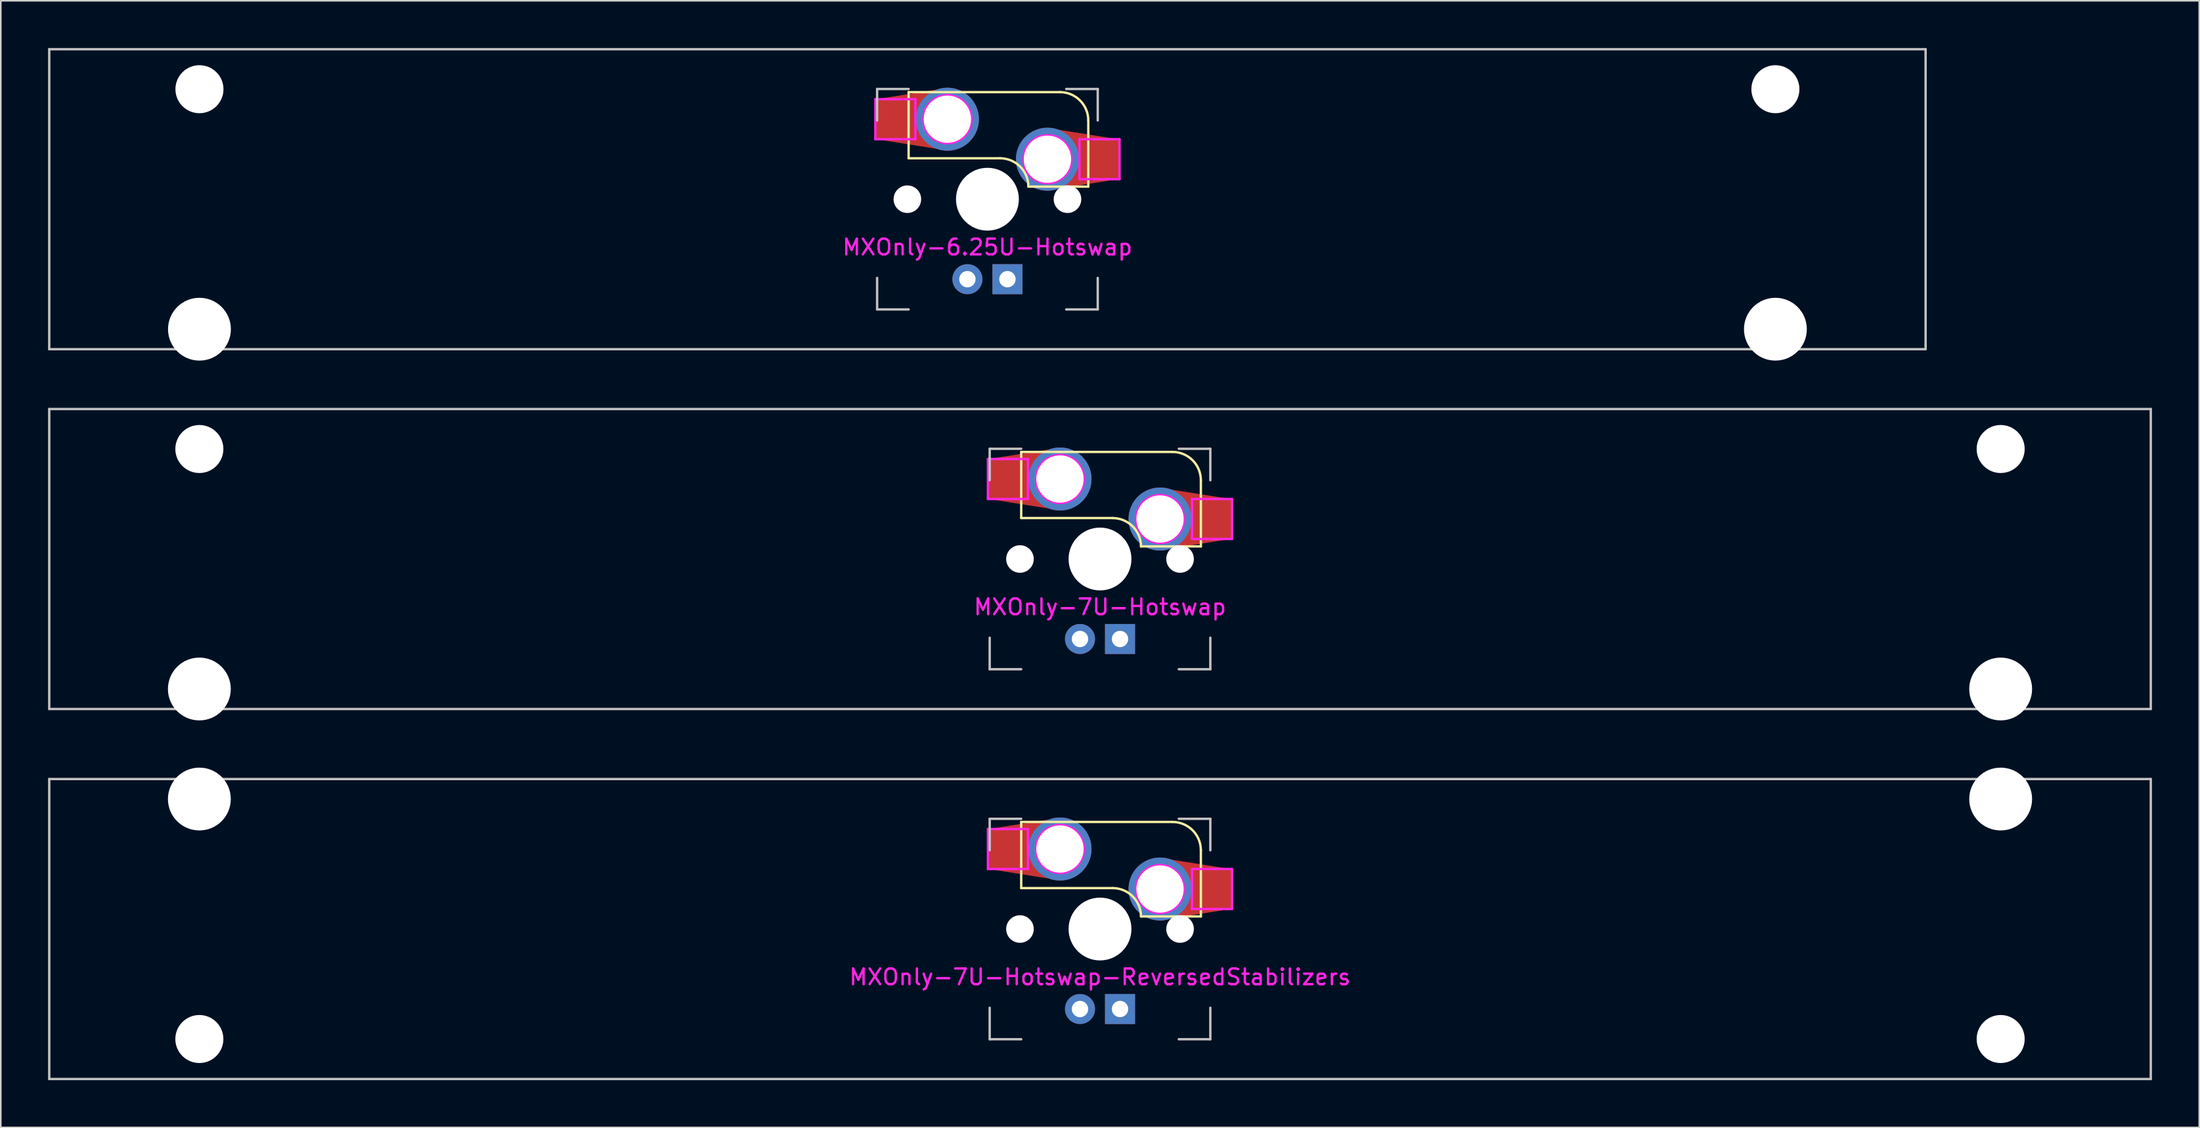
<source format=kicad_pcb>
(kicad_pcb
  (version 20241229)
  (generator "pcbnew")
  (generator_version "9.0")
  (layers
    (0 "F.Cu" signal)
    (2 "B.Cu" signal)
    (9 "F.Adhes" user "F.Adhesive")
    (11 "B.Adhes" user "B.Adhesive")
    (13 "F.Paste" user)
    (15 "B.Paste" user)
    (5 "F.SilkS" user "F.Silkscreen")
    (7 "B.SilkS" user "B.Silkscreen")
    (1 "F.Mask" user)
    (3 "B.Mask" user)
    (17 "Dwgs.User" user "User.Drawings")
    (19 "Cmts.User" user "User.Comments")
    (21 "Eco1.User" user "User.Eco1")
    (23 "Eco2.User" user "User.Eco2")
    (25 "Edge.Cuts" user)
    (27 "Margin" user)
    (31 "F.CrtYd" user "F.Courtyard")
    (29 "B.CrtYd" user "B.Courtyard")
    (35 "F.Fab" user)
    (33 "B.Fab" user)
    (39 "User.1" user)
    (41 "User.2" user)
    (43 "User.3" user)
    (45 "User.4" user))
  (footprint "MXOnly-7U-Hotswap"
    (layer "F.Cu")
    (at 66.75 32.449)
    (property "Reference" "MXOnly-7U-Hotswap" (at 0 3.048 180) (layer "F.CrtYd") (effects (font (size 1 1) (thickness 0.15))))
    (attr smd)
    (fp_line (start -5 -6.8) (end 4.6 -6.8) (stroke (width 0.15) (type solid)) (layer "F.SilkS"))
    (fp_line (start -5 -2.6) (end -5 -6.8) (stroke (width 0.15) (type solid)) (layer "F.SilkS"))
    (fp_line (start 0.8 -2.6) (end -5 -2.6) (stroke (width 0.15) (type solid)) (layer "F.SilkS"))
    (fp_line (start 6.4 -5) (end 6.4 -0.8) (stroke (width 0.15) (type solid)) (layer "F.SilkS"))
    (fp_line (start 6.4 -0.8) (end 2.6 -0.8) (stroke (width 0.15) (type solid)) (layer "F.SilkS"))
    (fp_arc (start 0.8 -2.6) (mid 2.072792 -2.072792) (end 2.6 -0.8) (stroke (width 0.15) (type solid)) (layer "F.SilkS"))
    (fp_arc (start 4.6 -6.8) (mid 5.872792 -6.272792) (end 6.4 -5) (stroke (width 0.15) (type solid)) (layer "F.SilkS"))
    (fp_poly (pts (xy -5.08 -3.493) (xy -7.112 -3.81) (xy -7.112 -6.35) (xy -5.08 -6.668)) (stroke (width 0.1) (type solid)) (fill yes) (layer "F.Paste"))
    (fp_poly (pts (xy 6.477 -4.064) (xy 8.509 -3.747) (xy 8.509 -1.206) (xy 6.477 -0.889)) (stroke (width 0.1) (type solid)) (fill yes) (layer "F.Paste"))
    (fp_line (start -66.675 -9.525) (end 66.675 -9.525) (stroke (width 0.15) (type solid)) (layer "Dwgs.User"))
    (fp_line (start -66.675 9.525) (end -66.675 -9.525) (stroke (width 0.15) (type solid)) (layer "Dwgs.User"))
    (fp_line (start -7 -7) (end -7 -5) (stroke (width 0.15) (type solid)) (layer "Dwgs.User"))
    (fp_line (start -7 7) (end -7 5) (stroke (width 0.15) (type solid)) (layer "Dwgs.User"))
    (fp_line (start -5 -7) (end -7 -7) (stroke (width 0.15) (type solid)) (layer "Dwgs.User"))
    (fp_line (start -5 7) (end -7 7) (stroke (width 0.15) (type solid)) (layer "Dwgs.User"))
    (fp_line (start 5 -7) (end 7 -7) (stroke (width 0.15) (type solid)) (layer "Dwgs.User"))
    (fp_line (start 7 -7) (end 7 -5) (stroke (width 0.15) (type solid)) (layer "Dwgs.User"))
    (fp_line (start 7 5) (end 7 7) (stroke (width 0.15) (type solid)) (layer "Dwgs.User"))
    (fp_line (start 7 7) (end 5 7) (stroke (width 0.15) (type solid)) (layer "Dwgs.User"))
    (fp_line (start 66.675 -9.525) (end 66.675 9.525) (stroke (width 0.15) (type solid)) (layer "Dwgs.User"))
    (fp_line (start 66.675 9.525) (end -66.675 9.525) (stroke (width 0.15) (type solid)) (layer "Dwgs.User"))
    (fp_line (start -7.112 -6.35) (end -7.112 -3.81) (stroke (width 0.15) (type solid)) (layer "F.CrtYd"))
    (fp_line (start -7.112 -3.81) (end -4.572 -3.81) (stroke (width 0.15) (type solid)) (layer "F.CrtYd"))
    (fp_line (start -4.572 -6.35) (end -7.112 -6.35) (stroke (width 0.15) (type solid)) (layer "F.CrtYd"))
    (fp_line (start -4.572 -3.81) (end -4.572 -6.35) (stroke (width 0.15) (type solid)) (layer "F.CrtYd"))
    (fp_line (start 5.842 -3.81) (end 5.842 -1.27) (stroke (width 0.15) (type solid)) (layer "F.CrtYd"))
    (fp_line (start 5.842 -1.27) (end 8.382 -1.27) (stroke (width 0.15) (type solid)) (layer "F.CrtYd"))
    (fp_line (start 8.382 -3.81) (end 5.842 -3.81) (stroke (width 0.15) (type solid)) (layer "F.CrtYd"))
    (fp_line (start 8.382 -1.27) (end 8.382 -3.81) (stroke (width 0.15) (type solid)) (layer "F.CrtYd"))
    (fp_circle (center -2.54 -5.08) (end -2.54 -6.604) (stroke (width 0.15) (type solid)) (fill no) (layer "F.CrtYd"))
    (fp_circle (center 3.81 -2.54) (end 3.81 -4.064) (stroke (width 0.15) (type solid)) (fill no) (layer "F.CrtYd"))
    (pad "" np_thru_hole circle (at -57.15 -6.985) (size 3.048 3.048) (drill 3.048) (layers "*.Cu" "*.Mask"))
    (pad "" np_thru_hole circle (at -57.15 8.255) (size 3.988 3.988) (drill 3.988) (layers "*.Cu" "*.Mask"))
    (pad "" np_thru_hole circle (at -5.08 0 131.9) (size 1.75 1.75) (drill 1.75) (layers "*.Cu" "*.Mask"))
    (pad "" np_thru_hole circle (at 0 0 180) (size 3.988 3.988) (drill 3.988) (layers "*.Cu" "*.Mask"))
    (pad "" np_thru_hole circle (at 5.08 0 131.9) (size 1.75 1.75) (drill 1.75) (layers "*.Cu" "*.Mask"))
    (pad "" np_thru_hole circle (at 57.15 -6.985) (size 3.048 3.048) (drill 3.048) (layers "*.Cu" "*.Mask"))
    (pad "" np_thru_hole circle (at 57.15 8.255) (size 3.988 3.988) (drill 3.988) (layers "*.Cu" "*.Mask"))
    (pad "1" thru_hole circle (at 3.81 -2.54 180) (size 4 4) (drill 3) (layers "*.Cu" "F.Mask"))
    (pad "1" smd custom (at 7.085 -2.54 180) (size 2.55 2.5) (layers "F.Cu" "F.Mask") (options (anchor rect)) (primitives (gr_poly (pts (xy -1.195 1.219) (xy 3.275 1.93) (xy 3.275 -1.93) (xy -1.195 -1.219)) (width 0.1) (fill yes))))
    (pad "2" smd custom (at -5.841 -5.08 180) (size 2.55 2.5) (layers "F.Cu" "F.Mask") (options (anchor rect)) (primitives (gr_poly (pts (xy 1.219 -1.219) (xy -3.251 -1.93) (xy -3.251 1.93) (xy 1.219 1.219)) (width 0.1) (fill yes))))
    (pad "2" thru_hole circle (at -2.54 -5.08 180) (size 4 4) (drill 3) (layers "*.Cu" "F.Mask"))
    (pad "3" thru_hole circle (at -1.27 5.08) (size 1.905 1.905) (drill 1.04) (layers "*.Cu" "F.Mask"))
    (pad "4" thru_hole rect (at 1.27 5.08) (size 1.905 1.905) (drill 1.04) (layers "*.Cu" "F.Mask")))
  (footprint "MXOnly-6.25U-Hotswap"
    (layer "F.Cu")
    (at 59.606 9.6)
    (property "Reference" "MXOnly-6.25U-Hotswap" (at 0 3.048 180) (layer "F.CrtYd") (effects (font (size 1 1) (thickness 0.15))))
    (attr smd)
    (fp_line (start -5 -6.8) (end 4.6 -6.8) (stroke (width 0.15) (type solid)) (layer "F.SilkS"))
    (fp_line (start -5 -2.6) (end -5 -6.8) (stroke (width 0.15) (type solid)) (layer "F.SilkS"))
    (fp_line (start 0.8 -2.6) (end -5 -2.6) (stroke (width 0.15) (type solid)) (layer "F.SilkS"))
    (fp_line (start 6.4 -5) (end 6.4 -0.8) (stroke (width 0.15) (type solid)) (layer "F.SilkS"))
    (fp_line (start 6.4 -0.8) (end 2.6 -0.8) (stroke (width 0.15) (type solid)) (layer "F.SilkS"))
    (fp_arc (start 0.8 -2.6) (mid 2.072792 -2.072792) (end 2.6 -0.8) (stroke (width 0.15) (type solid)) (layer "F.SilkS"))
    (fp_arc (start 4.6 -6.8) (mid 5.872792 -6.272792) (end 6.4 -5) (stroke (width 0.15) (type solid)) (layer "F.SilkS"))
    (fp_poly (pts (xy -5.08 -3.493) (xy -7.112 -3.81) (xy -7.112 -6.35) (xy -5.08 -6.668)) (stroke (width 0.1) (type solid)) (fill yes) (layer "F.Paste"))
    (fp_poly (pts (xy 6.477 -4.064) (xy 8.509 -3.747) (xy 8.509 -1.206) (xy 6.477 -0.889)) (stroke (width 0.1) (type solid)) (fill yes) (layer "F.Paste"))
    (fp_line (start -59.531 -9.525) (end 59.531 -9.525) (stroke (width 0.15) (type solid)) (layer "Dwgs.User"))
    (fp_line (start -59.531 9.525) (end -59.531 -9.525) (stroke (width 0.15) (type solid)) (layer "Dwgs.User"))
    (fp_line (start -7 -7) (end -7 -5) (stroke (width 0.15) (type solid)) (layer "Dwgs.User"))
    (fp_line (start -7 7) (end -7 5) (stroke (width 0.15) (type solid)) (layer "Dwgs.User"))
    (fp_line (start -5 -7) (end -7 -7) (stroke (width 0.15) (type solid)) (layer "Dwgs.User"))
    (fp_line (start -5 7) (end -7 7) (stroke (width 0.15) (type solid)) (layer "Dwgs.User"))
    (fp_line (start 5 -7) (end 7 -7) (stroke (width 0.15) (type solid)) (layer "Dwgs.User"))
    (fp_line (start 7 -7) (end 7 -5) (stroke (width 0.15) (type solid)) (layer "Dwgs.User"))
    (fp_line (start 7 5) (end 7 7) (stroke (width 0.15) (type solid)) (layer "Dwgs.User"))
    (fp_line (start 7 7) (end 5 7) (stroke (width 0.15) (type solid)) (layer "Dwgs.User"))
    (fp_line (start 59.531 -9.525) (end 59.531 9.525) (stroke (width 0.15) (type solid)) (layer "Dwgs.User"))
    (fp_line (start 59.531 9.525) (end -59.531 9.525) (stroke (width 0.15) (type solid)) (layer "Dwgs.User"))
    (fp_line (start -7.112 -6.35) (end -7.112 -3.81) (stroke (width 0.15) (type solid)) (layer "F.CrtYd"))
    (fp_line (start -7.112 -3.81) (end -4.572 -3.81) (stroke (width 0.15) (type solid)) (layer "F.CrtYd"))
    (fp_line (start -4.572 -6.35) (end -7.112 -6.35) (stroke (width 0.15) (type solid)) (layer "F.CrtYd"))
    (fp_line (start -4.572 -3.81) (end -4.572 -6.35) (stroke (width 0.15) (type solid)) (layer "F.CrtYd"))
    (fp_line (start 5.842 -3.81) (end 5.842 -1.27) (stroke (width 0.15) (type solid)) (layer "F.CrtYd"))
    (fp_line (start 5.842 -1.27) (end 8.382 -1.27) (stroke (width 0.15) (type solid)) (layer "F.CrtYd"))
    (fp_line (start 8.382 -3.81) (end 5.842 -3.81) (stroke (width 0.15) (type solid)) (layer "F.CrtYd"))
    (fp_line (start 8.382 -1.27) (end 8.382 -3.81) (stroke (width 0.15) (type solid)) (layer "F.CrtYd"))
    (fp_circle (center -2.54 -5.08) (end -2.54 -6.604) (stroke (width 0.15) (type solid)) (fill no) (layer "F.CrtYd"))
    (fp_circle (center 3.81 -2.54) (end 3.81 -4.064) (stroke (width 0.15) (type solid)) (fill no) (layer "F.CrtYd"))
    (pad "" np_thru_hole circle (at -50 -6.985) (size 3.048 3.048) (drill 3.048) (layers "*.Cu" "*.Mask"))
    (pad "" np_thru_hole circle (at -50 8.255) (size 3.988 3.988) (drill 3.988) (layers "*.Cu" "*.Mask"))
    (pad "" np_thru_hole circle (at -5.08 0 131.9) (size 1.75 1.75) (drill 1.75) (layers "*.Cu" "*.Mask"))
    (pad "" np_thru_hole circle (at 0 0 180) (size 3.988 3.988) (drill 3.988) (layers "*.Cu" "*.Mask"))
    (pad "" np_thru_hole circle (at 5.08 0 131.9) (size 1.75 1.75) (drill 1.75) (layers "*.Cu" "*.Mask"))
    (pad "" np_thru_hole circle (at 50 -6.985) (size 3.048 3.048) (drill 3.048) (layers "*.Cu" "*.Mask"))
    (pad "" np_thru_hole circle (at 50 8.255) (size 3.988 3.988) (drill 3.988) (layers "*.Cu" "*.Mask"))
    (pad "1" thru_hole circle (at 3.81 -2.54 180) (size 4 4) (drill 3) (layers "*.Cu" "F.Mask"))
    (pad "1" smd custom (at 7.085 -2.54 180) (size 2.55 2.5) (layers "F.Cu" "F.Mask") (options (anchor rect)) (primitives (gr_poly (pts (xy -1.195 1.219) (xy 3.275 1.93) (xy 3.275 -1.93) (xy -1.195 -1.219)) (width 0.1) (fill yes))))
    (pad "2" smd custom (at -5.841 -5.08 180) (size 2.55 2.5) (layers "F.Cu" "F.Mask") (options (anchor rect)) (primitives (gr_poly (pts (xy 1.219 -1.219) (xy -3.251 -1.93) (xy -3.251 1.93) (xy 1.219 1.219)) (width 0.1) (fill yes))))
    (pad "2" thru_hole circle (at -2.54 -5.08 180) (size 4 4) (drill 3) (layers "*.Cu" "F.Mask"))
    (pad "3" thru_hole circle (at -1.27 5.08) (size 1.905 1.905) (drill 1.04) (layers "*.Cu" "F.Mask"))
    (pad "4" thru_hole rect (at 1.27 5.08) (size 1.905 1.905) (drill 1.04) (layers "*.Cu" "F.Mask")))
  (footprint "MXOnly-7U-Hotswap-ReversedStabilizers"
    (layer "F.Cu")
    (at 66.75 55.947)
    (property "Reference" "MXOnly-7U-Hotswap-ReversedStabilizers" (at 0 3.048 180) (layer "F.CrtYd") (effects (font (size 1 1) (thickness 0.15))))
    (attr smd)
    (fp_line (start -5 -6.8) (end 4.6 -6.8) (stroke (width 0.15) (type solid)) (layer "F.SilkS"))
    (fp_line (start -5 -2.6) (end -5 -6.8) (stroke (width 0.15) (type solid)) (layer "F.SilkS"))
    (fp_line (start 0.8 -2.6) (end -5 -2.6) (stroke (width 0.15) (type solid)) (layer "F.SilkS"))
    (fp_line (start 6.4 -5) (end 6.4 -0.8) (stroke (width 0.15) (type solid)) (layer "F.SilkS"))
    (fp_line (start 6.4 -0.8) (end 2.6 -0.8) (stroke (width 0.15) (type solid)) (layer "F.SilkS"))
    (fp_arc (start 0.8 -2.6) (mid 2.072792 -2.072792) (end 2.6 -0.8) (stroke (width 0.15) (type solid)) (layer "F.SilkS"))
    (fp_arc (start 4.6 -6.8) (mid 5.872792 -6.272792) (end 6.4 -5) (stroke (width 0.15) (type solid)) (layer "F.SilkS"))
    (fp_poly (pts (xy -5.08 -3.493) (xy -7.112 -3.81) (xy -7.112 -6.35) (xy -5.08 -6.668)) (stroke (width 0.1) (type solid)) (fill yes) (layer "F.Paste"))
    (fp_poly (pts (xy 6.477 -4.064) (xy 8.509 -3.747) (xy 8.509 -1.206) (xy 6.477 -0.889)) (stroke (width 0.1) (type solid)) (fill yes) (layer "F.Paste"))
    (fp_line (start -66.675 -9.525) (end 66.675 -9.525) (stroke (width 0.15) (type solid)) (layer "Dwgs.User"))
    (fp_line (start -66.675 9.525) (end -66.675 -9.525) (stroke (width 0.15) (type solid)) (layer "Dwgs.User"))
    (fp_line (start -7 -7) (end -7 -5) (stroke (width 0.15) (type solid)) (layer "Dwgs.User"))
    (fp_line (start -7 7) (end -7 5) (stroke (width 0.15) (type solid)) (layer "Dwgs.User"))
    (fp_line (start -5 -7) (end -7 -7) (stroke (width 0.15) (type solid)) (layer "Dwgs.User"))
    (fp_line (start -5 7) (end -7 7) (stroke (width 0.15) (type solid)) (layer "Dwgs.User"))
    (fp_line (start 5 -7) (end 7 -7) (stroke (width 0.15) (type solid)) (layer "Dwgs.User"))
    (fp_line (start 7 -7) (end 7 -5) (stroke (width 0.15) (type solid)) (layer "Dwgs.User"))
    (fp_line (start 7 5) (end 7 7) (stroke (width 0.15) (type solid)) (layer "Dwgs.User"))
    (fp_line (start 7 7) (end 5 7) (stroke (width 0.15) (type solid)) (layer "Dwgs.User"))
    (fp_line (start 66.675 -9.525) (end 66.675 9.525) (stroke (width 0.15) (type solid)) (layer "Dwgs.User"))
    (fp_line (start 66.675 9.525) (end -66.675 9.525) (stroke (width 0.15) (type solid)) (layer "Dwgs.User"))
    (fp_line (start -7.112 -6.35) (end -7.112 -3.81) (stroke (width 0.15) (type solid)) (layer "F.CrtYd"))
    (fp_line (start -7.112 -3.81) (end -4.572 -3.81) (stroke (width 0.15) (type solid)) (layer "F.CrtYd"))
    (fp_line (start -4.572 -6.35) (end -7.112 -6.35) (stroke (width 0.15) (type solid)) (layer "F.CrtYd"))
    (fp_line (start -4.572 -3.81) (end -4.572 -6.35) (stroke (width 0.15) (type solid)) (layer "F.CrtYd"))
    (fp_line (start 5.842 -3.81) (end 5.842 -1.27) (stroke (width 0.15) (type solid)) (layer "F.CrtYd"))
    (fp_line (start 5.842 -1.27) (end 8.382 -1.27) (stroke (width 0.15) (type solid)) (layer "F.CrtYd"))
    (fp_line (start 8.382 -3.81) (end 5.842 -3.81) (stroke (width 0.15) (type solid)) (layer "F.CrtYd"))
    (fp_line (start 8.382 -1.27) (end 8.382 -3.81) (stroke (width 0.15) (type solid)) (layer "F.CrtYd"))
    (fp_circle (center -2.54 -5.08) (end -2.54 -6.604) (stroke (width 0.15) (type solid)) (fill no) (layer "F.CrtYd"))
    (fp_circle (center 3.81 -2.54) (end 3.81 -4.064) (stroke (width 0.15) (type solid)) (fill no) (layer "F.CrtYd"))
    (pad "" np_thru_hole circle (at -57.15 -8.255) (size 3.988 3.988) (drill 3.988) (layers "*.Cu" "*.Mask"))
    (pad "" np_thru_hole circle (at -57.15 6.985) (size 3.048 3.048) (drill 3.048) (layers "*.Cu" "*.Mask"))
    (pad "" np_thru_hole circle (at -5.08 0 131.9) (size 1.75 1.75) (drill 1.75) (layers "*.Cu" "*.Mask"))
    (pad "" np_thru_hole circle (at 0 0 180) (size 3.988 3.988) (drill 3.988) (layers "*.Cu" "*.Mask"))
    (pad "" np_thru_hole circle (at 5.08 0 131.9) (size 1.75 1.75) (drill 1.75) (layers "*.Cu" "*.Mask"))
    (pad "" np_thru_hole circle (at 57.15 -8.255) (size 3.988 3.988) (drill 3.988) (layers "*.Cu" "*.Mask"))
    (pad "" np_thru_hole circle (at 57.15 6.985) (size 3.048 3.048) (drill 3.048) (layers "*.Cu" "*.Mask"))
    (pad "1" thru_hole circle (at 3.81 -2.54 180) (size 4 4) (drill 3) (layers "*.Cu" "F.Mask"))
    (pad "1" smd custom (at 7.085 -2.54 180) (size 2.55 2.5) (layers "F.Cu" "F.Mask") (options (anchor rect)) (primitives (gr_poly (pts (xy -1.195 1.219) (xy 3.275 1.93) (xy 3.275 -1.93) (xy -1.195 -1.219)) (width 0.1) (fill yes))))
    (pad "2" smd custom (at -5.841 -5.08 180) (size 2.55 2.5) (layers "F.Cu" "F.Mask") (options (anchor rect)) (primitives (gr_poly (pts (xy 1.219 -1.219) (xy -3.251 -1.93) (xy -3.251 1.93) (xy 1.219 1.219)) (width 0.1) (fill yes))))
    (pad "2" thru_hole circle (at -2.54 -5.08 180) (size 4 4) (drill 3) (layers "*.Cu" "F.Mask"))
    (pad "3" thru_hole circle (at -1.27 5.08) (size 1.905 1.905) (drill 1.04) (layers "*.Cu" "F.Mask"))
    (pad "4" thru_hole rect (at 1.27 5.08) (size 1.905 1.905) (drill 1.04) (layers "*.Cu" "F.Mask")))
  (gr_rect
    (start -3 -3)
    (end 136.5 68.547)
    (stroke (width 0.1) (type default))
    (fill no)
    (layer "Edge.Cuts")))
</source>
